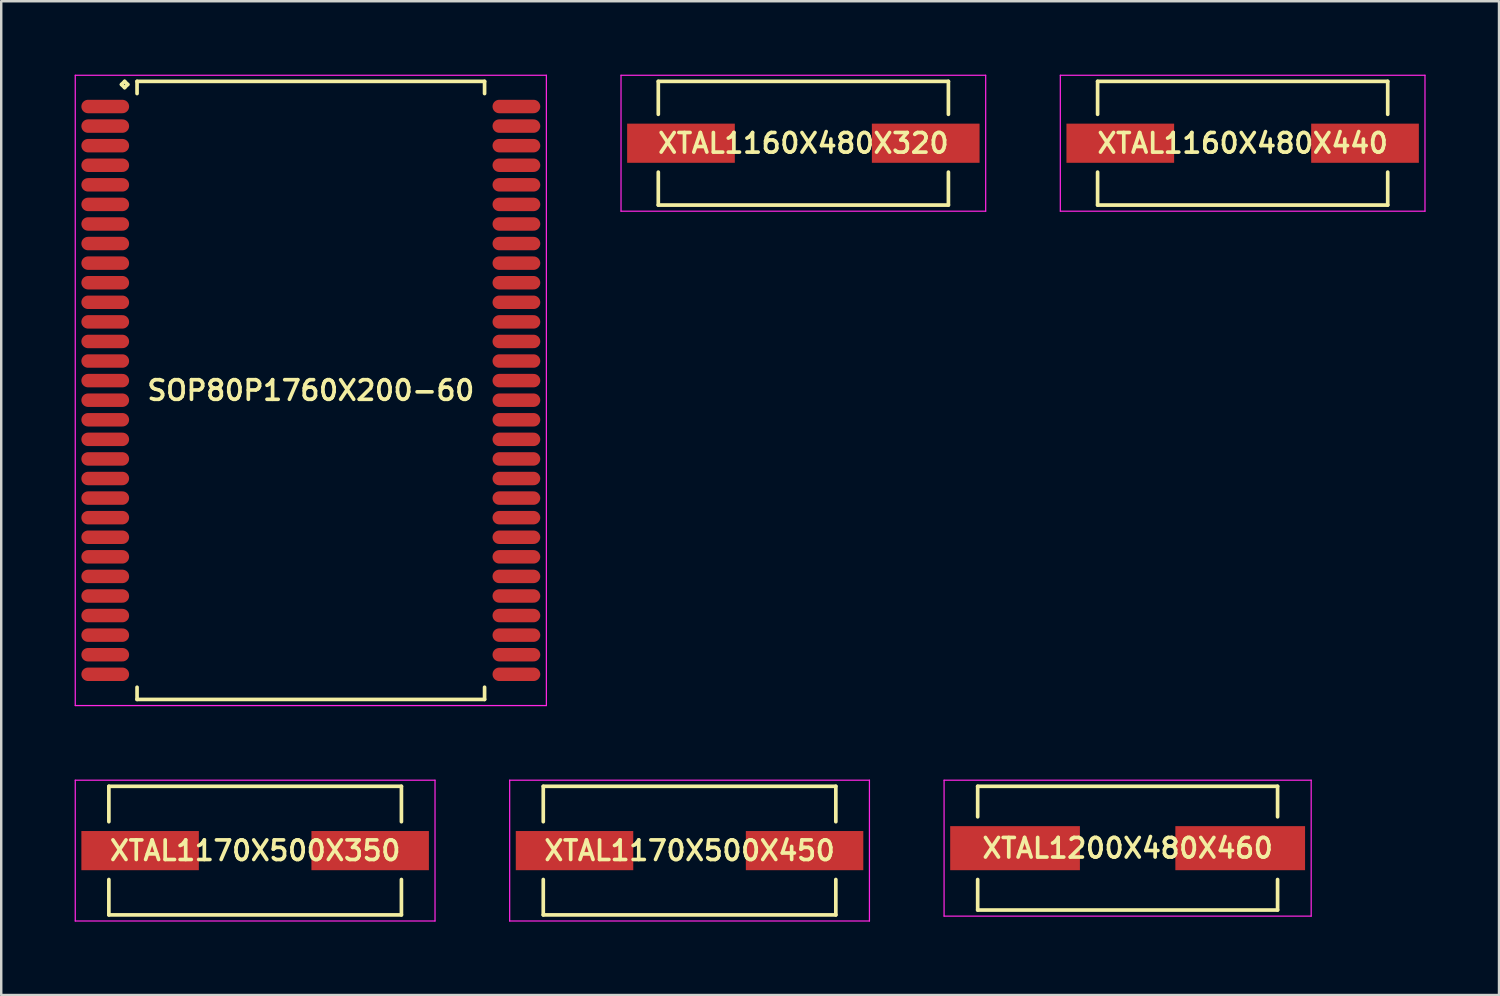
<source format=kicad_pcb>
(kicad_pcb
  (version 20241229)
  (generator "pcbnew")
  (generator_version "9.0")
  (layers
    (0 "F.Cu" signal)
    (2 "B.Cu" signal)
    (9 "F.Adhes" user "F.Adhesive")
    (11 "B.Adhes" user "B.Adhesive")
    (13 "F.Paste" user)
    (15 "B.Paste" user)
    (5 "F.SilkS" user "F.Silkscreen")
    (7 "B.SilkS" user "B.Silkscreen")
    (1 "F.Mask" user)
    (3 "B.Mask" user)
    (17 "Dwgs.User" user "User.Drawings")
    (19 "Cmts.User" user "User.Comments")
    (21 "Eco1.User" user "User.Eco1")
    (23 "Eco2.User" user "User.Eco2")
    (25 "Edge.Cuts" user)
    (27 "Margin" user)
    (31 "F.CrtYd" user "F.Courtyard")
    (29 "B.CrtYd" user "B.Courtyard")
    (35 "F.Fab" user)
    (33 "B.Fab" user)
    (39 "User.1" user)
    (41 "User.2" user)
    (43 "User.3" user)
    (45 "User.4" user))
  (footprint "XTAL1160X480X440"
    (layer "F.Cu")
    (at 47.725 2.802)
    (property "Reference" "XTAL1160X480X440" (at 0 0 0) (layer "F.SilkS") (effects (font (size 0.8 0.8) (thickness 0.15))))
    (attr smd)
    (fp_line (start -5.927 -2.527) (end 5.927 -2.527) (stroke (width 0.15) (type solid)) (layer "F.SilkS"))
    (fp_line (start -5.927 -1.181) (end -5.927 -2.527) (stroke (width 0.15) (type solid)) (layer "F.SilkS"))
    (fp_line (start -5.927 1.181) (end -5.927 2.527) (stroke (width 0.15) (type solid)) (layer "F.SilkS"))
    (fp_line (start -5.927 2.527) (end 5.927 2.527) (stroke (width 0.15) (type solid)) (layer "F.SilkS"))
    (fp_line (start 5.927 -2.527) (end 5.927 -1.181) (stroke (width 0.15) (type solid)) (layer "F.SilkS"))
    (fp_line (start 5.927 2.527) (end 5.927 1.181) (stroke (width 0.15) (type solid)) (layer "F.SilkS"))
    (fp_line (start -7.45 -2.777) (end 7.45 -2.777) (stroke (width 0.05) (type solid)) (layer "F.CrtYd"))
    (fp_line (start -7.45 2.777) (end -7.45 -2.777) (stroke (width 0.05) (type solid)) (layer "F.CrtYd"))
    (fp_line (start 7.45 -2.777) (end 7.45 2.777) (stroke (width 0.05) (type solid)) (layer "F.CrtYd"))
    (fp_line (start 7.45 2.777) (end -7.45 2.777) (stroke (width 0.05) (type solid)) (layer "F.CrtYd"))
    (pad "1" smd rect (at -5 0) (size 4.4 1.6) (layers "F.Cu" "F.Mask" "F.Paste"))
    (pad "2" smd rect (at 5 0) (size 4.4 1.6) (layers "F.Cu" "F.Mask" "F.Paste")))
  (footprint "XTAL1170X500X350"
    (layer "F.Cu")
    (at 7.375 31.706)
    (property "Reference" "XTAL1170X500X350" (at 0 0 0) (layer "F.SilkS") (effects (font (size 0.8 0.8) (thickness 0.15))))
    (attr smd)
    (fp_line (start -5.977 -2.627) (end 5.977 -2.627) (stroke (width 0.15) (type solid)) (layer "F.SilkS"))
    (fp_line (start -5.977 -1.181) (end -5.977 -2.627) (stroke (width 0.15) (type solid)) (layer "F.SilkS"))
    (fp_line (start -5.977 1.181) (end -5.977 2.627) (stroke (width 0.15) (type solid)) (layer "F.SilkS"))
    (fp_line (start -5.977 2.627) (end 5.977 2.627) (stroke (width 0.15) (type solid)) (layer "F.SilkS"))
    (fp_line (start 5.977 -2.627) (end 5.977 -1.181) (stroke (width 0.15) (type solid)) (layer "F.SilkS"))
    (fp_line (start 5.977 2.627) (end 5.977 1.181) (stroke (width 0.15) (type solid)) (layer "F.SilkS"))
    (fp_line (start -7.35 -2.877) (end 7.35 -2.877) (stroke (width 0.05) (type solid)) (layer "F.CrtYd"))
    (fp_line (start -7.35 2.877) (end -7.35 -2.877) (stroke (width 0.05) (type solid)) (layer "F.CrtYd"))
    (fp_line (start 7.35 -2.877) (end 7.35 2.877) (stroke (width 0.05) (type solid)) (layer "F.CrtYd"))
    (fp_line (start 7.35 2.877) (end -7.35 2.877) (stroke (width 0.05) (type solid)) (layer "F.CrtYd"))
    (pad "1" smd rect (at -4.7 0) (size 4.8 1.6) (layers "F.Cu" "F.Mask" "F.Paste"))
    (pad "2" smd rect (at 4.7 0) (size 4.8 1.6) (layers "F.Cu" "F.Mask" "F.Paste")))
  (footprint "XTAL1170X500X450"
    (layer "F.Cu")
    (at 25.125 31.706)
    (property "Reference" "XTAL1170X500X450" (at 0 0 0) (layer "F.SilkS") (effects (font (size 0.8 0.8) (thickness 0.15))))
    (attr smd)
    (fp_line (start -5.977 -2.627) (end 5.977 -2.627) (stroke (width 0.15) (type solid)) (layer "F.SilkS"))
    (fp_line (start -5.977 -1.181) (end -5.977 -2.627) (stroke (width 0.15) (type solid)) (layer "F.SilkS"))
    (fp_line (start -5.977 1.181) (end -5.977 2.627) (stroke (width 0.15) (type solid)) (layer "F.SilkS"))
    (fp_line (start -5.977 2.627) (end 5.977 2.627) (stroke (width 0.15) (type solid)) (layer "F.SilkS"))
    (fp_line (start 5.977 -2.627) (end 5.977 -1.181) (stroke (width 0.15) (type solid)) (layer "F.SilkS"))
    (fp_line (start 5.977 2.627) (end 5.977 1.181) (stroke (width 0.15) (type solid)) (layer "F.SilkS"))
    (fp_line (start -7.35 -2.877) (end 7.35 -2.877) (stroke (width 0.05) (type solid)) (layer "F.CrtYd"))
    (fp_line (start -7.35 2.877) (end -7.35 -2.877) (stroke (width 0.05) (type solid)) (layer "F.CrtYd"))
    (fp_line (start 7.35 -2.877) (end 7.35 2.877) (stroke (width 0.05) (type solid)) (layer "F.CrtYd"))
    (fp_line (start 7.35 2.877) (end -7.35 2.877) (stroke (width 0.05) (type solid)) (layer "F.CrtYd"))
    (pad "1" smd rect (at -4.7 0) (size 4.8 1.6) (layers "F.Cu" "F.Mask" "F.Paste"))
    (pad "2" smd rect (at 4.7 0) (size 4.8 1.6) (layers "F.Cu" "F.Mask" "F.Paste")))
  (footprint "XTAL1160X480X320"
    (layer "F.Cu")
    (at 29.775 2.802)
    (property "Reference" "XTAL1160X480X320" (at 0 0 0) (layer "F.SilkS") (effects (font (size 0.8 0.8) (thickness 0.15))))
    (attr smd)
    (fp_line (start -5.927 -2.527) (end 5.927 -2.527) (stroke (width 0.15) (type solid)) (layer "F.SilkS"))
    (fp_line (start -5.927 -1.181) (end -5.927 -2.527) (stroke (width 0.15) (type solid)) (layer "F.SilkS"))
    (fp_line (start -5.927 1.181) (end -5.927 2.527) (stroke (width 0.15) (type solid)) (layer "F.SilkS"))
    (fp_line (start -5.927 2.527) (end 5.927 2.527) (stroke (width 0.15) (type solid)) (layer "F.SilkS"))
    (fp_line (start 5.927 -2.527) (end 5.927 -1.181) (stroke (width 0.15) (type solid)) (layer "F.SilkS"))
    (fp_line (start 5.927 2.527) (end 5.927 1.181) (stroke (width 0.15) (type solid)) (layer "F.SilkS"))
    (fp_line (start -7.45 -2.777) (end 7.45 -2.777) (stroke (width 0.05) (type solid)) (layer "F.CrtYd"))
    (fp_line (start -7.45 2.777) (end -7.45 -2.777) (stroke (width 0.05) (type solid)) (layer "F.CrtYd"))
    (fp_line (start 7.45 -2.777) (end 7.45 2.777) (stroke (width 0.05) (type solid)) (layer "F.CrtYd"))
    (fp_line (start 7.45 2.777) (end -7.45 2.777) (stroke (width 0.05) (type solid)) (layer "F.CrtYd"))
    (pad "1" smd rect (at -5 0) (size 4.4 1.6) (layers "F.Cu" "F.Mask" "F.Paste"))
    (pad "2" smd rect (at 5 0) (size 4.4 1.6) (layers "F.Cu" "F.Mask" "F.Paste")))
  (footprint "SOP80P1760X200-60"
    (layer "F.Cu")
    (at 9.65 12.902)
    (property "Reference" "SOP80P1760X200-60" (at 0 0 0) (layer "F.SilkS") (effects (font (size 0.8 0.8) (thickness 0.15))))
    (attr smd)
    (fp_line (start -7.735 -12.5) (end -7.608 -12.627) (stroke (width 0.15) (type solid)) (layer "F.SilkS"))
    (fp_line (start -7.608 -12.627) (end -7.481 -12.5) (stroke (width 0.15) (type solid)) (layer "F.SilkS"))
    (fp_line (start -7.608 -12.373) (end -7.735 -12.5) (stroke (width 0.15) (type solid)) (layer "F.SilkS"))
    (fp_line (start -7.481 -12.5) (end -7.608 -12.373) (stroke (width 0.15) (type solid)) (layer "F.SilkS"))
    (fp_line (start -7.1 -12.627) (end 7.1 -12.627) (stroke (width 0.15) (type solid)) (layer "F.SilkS"))
    (fp_line (start -7.1 -12.129) (end -7.1 -12.627) (stroke (width 0.15) (type solid)) (layer "F.SilkS"))
    (fp_line (start -7.1 12.129) (end -7.1 12.627) (stroke (width 0.15) (type solid)) (layer "F.SilkS"))
    (fp_line (start -7.1 12.627) (end 7.1 12.627) (stroke (width 0.15) (type solid)) (layer "F.SilkS"))
    (fp_line (start 7.1 -12.627) (end 7.1 -12.129) (stroke (width 0.15) (type solid)) (layer "F.SilkS"))
    (fp_line (start 7.1 12.627) (end 7.1 12.129) (stroke (width 0.15) (type solid)) (layer "F.SilkS"))
    (fp_line (start -9.625 -12.877) (end 9.625 -12.877) (stroke (width 0.05) (type solid)) (layer "F.CrtYd"))
    (fp_line (start -9.625 12.877) (end -9.625 -12.877) (stroke (width 0.05) (type solid)) (layer "F.CrtYd"))
    (fp_line (start 9.625 -12.877) (end 9.625 12.877) (stroke (width 0.05) (type solid)) (layer "F.CrtYd"))
    (fp_line (start 9.625 12.877) (end -9.625 12.877) (stroke (width 0.05) (type solid)) (layer "F.CrtYd"))
    (pad "1" smd oval (at -8.4 -11.6) (size 1.95 0.55) (layers "F.Cu" "F.Mask" "F.Paste"))
    (pad "2" smd oval (at -8.4 -10.8) (size 1.95 0.55) (layers "F.Cu" "F.Mask" "F.Paste"))
    (pad "3" smd oval (at -8.4 -10) (size 1.95 0.55) (layers "F.Cu" "F.Mask" "F.Paste"))
    (pad "4" smd oval (at -8.4 -9.2) (size 1.95 0.55) (layers "F.Cu" "F.Mask" "F.Paste"))
    (pad "5" smd oval (at -8.4 -8.4) (size 1.95 0.55) (layers "F.Cu" "F.Mask" "F.Paste"))
    (pad "6" smd oval (at -8.4 -7.6) (size 1.95 0.55) (layers "F.Cu" "F.Mask" "F.Paste"))
    (pad "7" smd oval (at -8.4 -6.8) (size 1.95 0.55) (layers "F.Cu" "F.Mask" "F.Paste"))
    (pad "8" smd oval (at -8.4 -6) (size 1.95 0.55) (layers "F.Cu" "F.Mask" "F.Paste"))
    (pad "9" smd oval (at -8.4 -5.2) (size 1.95 0.55) (layers "F.Cu" "F.Mask" "F.Paste"))
    (pad "10" smd oval (at -8.4 -4.4) (size 1.95 0.55) (layers "F.Cu" "F.Mask" "F.Paste"))
    (pad "11" smd oval (at -8.4 -3.6) (size 1.95 0.55) (layers "F.Cu" "F.Mask" "F.Paste"))
    (pad "12" smd oval (at -8.4 -2.8) (size 1.95 0.55) (layers "F.Cu" "F.Mask" "F.Paste"))
    (pad "13" smd oval (at -8.4 -2) (size 1.95 0.55) (layers "F.Cu" "F.Mask" "F.Paste"))
    (pad "14" smd oval (at -8.4 -1.2) (size 1.95 0.55) (layers "F.Cu" "F.Mask" "F.Paste"))
    (pad "15" smd oval (at -8.4 -0.4) (size 1.95 0.55) (layers "F.Cu" "F.Mask" "F.Paste"))
    (pad "16" smd oval (at -8.4 0.4) (size 1.95 0.55) (layers "F.Cu" "F.Mask" "F.Paste"))
    (pad "17" smd oval (at -8.4 1.2) (size 1.95 0.55) (layers "F.Cu" "F.Mask" "F.Paste"))
    (pad "18" smd oval (at -8.4 2) (size 1.95 0.55) (layers "F.Cu" "F.Mask" "F.Paste"))
    (pad "19" smd oval (at -8.4 2.8) (size 1.95 0.55) (layers "F.Cu" "F.Mask" "F.Paste"))
    (pad "20" smd oval (at -8.4 3.6) (size 1.95 0.55) (layers "F.Cu" "F.Mask" "F.Paste"))
    (pad "21" smd oval (at -8.4 4.4) (size 1.95 0.55) (layers "F.Cu" "F.Mask" "F.Paste"))
    (pad "22" smd oval (at -8.4 5.2) (size 1.95 0.55) (layers "F.Cu" "F.Mask" "F.Paste"))
    (pad "23" smd oval (at -8.4 6) (size 1.95 0.55) (layers "F.Cu" "F.Mask" "F.Paste"))
    (pad "24" smd oval (at -8.4 6.8) (size 1.95 0.55) (layers "F.Cu" "F.Mask" "F.Paste"))
    (pad "25" smd oval (at -8.4 7.6) (size 1.95 0.55) (layers "F.Cu" "F.Mask" "F.Paste"))
    (pad "26" smd oval (at -8.4 8.4) (size 1.95 0.55) (layers "F.Cu" "F.Mask" "F.Paste"))
    (pad "27" smd oval (at -8.4 9.2) (size 1.95 0.55) (layers "F.Cu" "F.Mask" "F.Paste"))
    (pad "28" smd oval (at -8.4 10) (size 1.95 0.55) (layers "F.Cu" "F.Mask" "F.Paste"))
    (pad "29" smd oval (at -8.4 10.8) (size 1.95 0.55) (layers "F.Cu" "F.Mask" "F.Paste"))
    (pad "30" smd oval (at -8.4 11.6) (size 1.95 0.55) (layers "F.Cu" "F.Mask" "F.Paste"))
    (pad "31" smd oval (at 8.4 11.6) (size 1.95 0.55) (layers "F.Cu" "F.Mask" "F.Paste"))
    (pad "32" smd oval (at 8.4 10.8) (size 1.95 0.55) (layers "F.Cu" "F.Mask" "F.Paste"))
    (pad "33" smd oval (at 8.4 10) (size 1.95 0.55) (layers "F.Cu" "F.Mask" "F.Paste"))
    (pad "34" smd oval (at 8.4 9.2) (size 1.95 0.55) (layers "F.Cu" "F.Mask" "F.Paste"))
    (pad "35" smd oval (at 8.4 8.4) (size 1.95 0.55) (layers "F.Cu" "F.Mask" "F.Paste"))
    (pad "36" smd oval (at 8.4 7.6) (size 1.95 0.55) (layers "F.Cu" "F.Mask" "F.Paste"))
    (pad "37" smd oval (at 8.4 6.8) (size 1.95 0.55) (layers "F.Cu" "F.Mask" "F.Paste"))
    (pad "38" smd oval (at 8.4 6) (size 1.95 0.55) (layers "F.Cu" "F.Mask" "F.Paste"))
    (pad "39" smd oval (at 8.4 5.2) (size 1.95 0.55) (layers "F.Cu" "F.Mask" "F.Paste"))
    (pad "40" smd oval (at 8.4 4.4) (size 1.95 0.55) (layers "F.Cu" "F.Mask" "F.Paste"))
    (pad "41" smd oval (at 8.4 3.6) (size 1.95 0.55) (layers "F.Cu" "F.Mask" "F.Paste"))
    (pad "42" smd oval (at 8.4 2.8) (size 1.95 0.55) (layers "F.Cu" "F.Mask" "F.Paste"))
    (pad "43" smd oval (at 8.4 2) (size 1.95 0.55) (layers "F.Cu" "F.Mask" "F.Paste"))
    (pad "44" smd oval (at 8.4 1.2) (size 1.95 0.55) (layers "F.Cu" "F.Mask" "F.Paste"))
    (pad "45" smd oval (at 8.4 0.4) (size 1.95 0.55) (layers "F.Cu" "F.Mask" "F.Paste"))
    (pad "46" smd oval (at 8.4 -0.4) (size 1.95 0.55) (layers "F.Cu" "F.Mask" "F.Paste"))
    (pad "47" smd oval (at 8.4 -1.2) (size 1.95 0.55) (layers "F.Cu" "F.Mask" "F.Paste"))
    (pad "48" smd oval (at 8.4 -2) (size 1.95 0.55) (layers "F.Cu" "F.Mask" "F.Paste"))
    (pad "49" smd oval (at 8.4 -2.8) (size 1.95 0.55) (layers "F.Cu" "F.Mask" "F.Paste"))
    (pad "50" smd oval (at 8.4 -3.6) (size 1.95 0.55) (layers "F.Cu" "F.Mask" "F.Paste"))
    (pad "51" smd oval (at 8.4 -4.4) (size 1.95 0.55) (layers "F.Cu" "F.Mask" "F.Paste"))
    (pad "52" smd oval (at 8.4 -5.2) (size 1.95 0.55) (layers "F.Cu" "F.Mask" "F.Paste"))
    (pad "53" smd oval (at 8.4 -6) (size 1.95 0.55) (layers "F.Cu" "F.Mask" "F.Paste"))
    (pad "54" smd oval (at 8.4 -6.8) (size 1.95 0.55) (layers "F.Cu" "F.Mask" "F.Paste"))
    (pad "55" smd oval (at 8.4 -7.6) (size 1.95 0.55) (layers "F.Cu" "F.Mask" "F.Paste"))
    (pad "56" smd oval (at 8.4 -8.4) (size 1.95 0.55) (layers "F.Cu" "F.Mask" "F.Paste"))
    (pad "57" smd oval (at 8.4 -9.2) (size 1.95 0.55) (layers "F.Cu" "F.Mask" "F.Paste"))
    (pad "58" smd oval (at 8.4 -10) (size 1.95 0.55) (layers "F.Cu" "F.Mask" "F.Paste"))
    (pad "59" smd oval (at 8.4 -10.8) (size 1.95 0.55) (layers "F.Cu" "F.Mask" "F.Paste"))
    (pad "60" smd oval (at 8.4 -11.6) (size 1.95 0.55) (layers "F.Cu" "F.Mask" "F.Paste")))
  (footprint "XTAL1200X480X460"
    (layer "F.Cu")
    (at 43.025 31.606)
    (property "Reference" "XTAL1200X480X460" (at 0 0 0) (layer "F.SilkS") (effects (font (size 0.8 0.8) (thickness 0.15))))
    (attr smd)
    (fp_line (start -6.127 -2.527) (end 6.127 -2.527) (stroke (width 0.15) (type solid)) (layer "F.SilkS"))
    (fp_line (start -6.127 -1.281) (end -6.127 -2.527) (stroke (width 0.15) (type solid)) (layer "F.SilkS"))
    (fp_line (start -6.127 1.281) (end -6.127 2.527) (stroke (width 0.15) (type solid)) (layer "F.SilkS"))
    (fp_line (start -6.127 2.527) (end 6.127 2.527) (stroke (width 0.15) (type solid)) (layer "F.SilkS"))
    (fp_line (start 6.127 -2.527) (end 6.127 -1.281) (stroke (width 0.15) (type solid)) (layer "F.SilkS"))
    (fp_line (start 6.127 2.527) (end 6.127 1.281) (stroke (width 0.15) (type solid)) (layer "F.SilkS"))
    (fp_line (start -7.5 -2.777) (end 7.5 -2.777) (stroke (width 0.05) (type solid)) (layer "F.CrtYd"))
    (fp_line (start -7.5 2.777) (end -7.5 -2.777) (stroke (width 0.05) (type solid)) (layer "F.CrtYd"))
    (fp_line (start 7.5 -2.777) (end 7.5 2.777) (stroke (width 0.05) (type solid)) (layer "F.CrtYd"))
    (fp_line (start 7.5 2.777) (end -7.5 2.777) (stroke (width 0.05) (type solid)) (layer "F.CrtYd"))
    (pad "1" smd rect (at -4.6 0) (size 5.3 1.8) (layers "F.Cu" "F.Mask" "F.Paste"))
    (pad "2" smd rect (at 4.6 0) (size 5.3 1.8) (layers "F.Cu" "F.Mask" "F.Paste")))
  (gr_rect
    (start -3 -3)
    (end 58.2 37.608)
    (stroke (width 0.1) (type default))
    (fill no)
    (layer "Edge.Cuts")))
</source>
